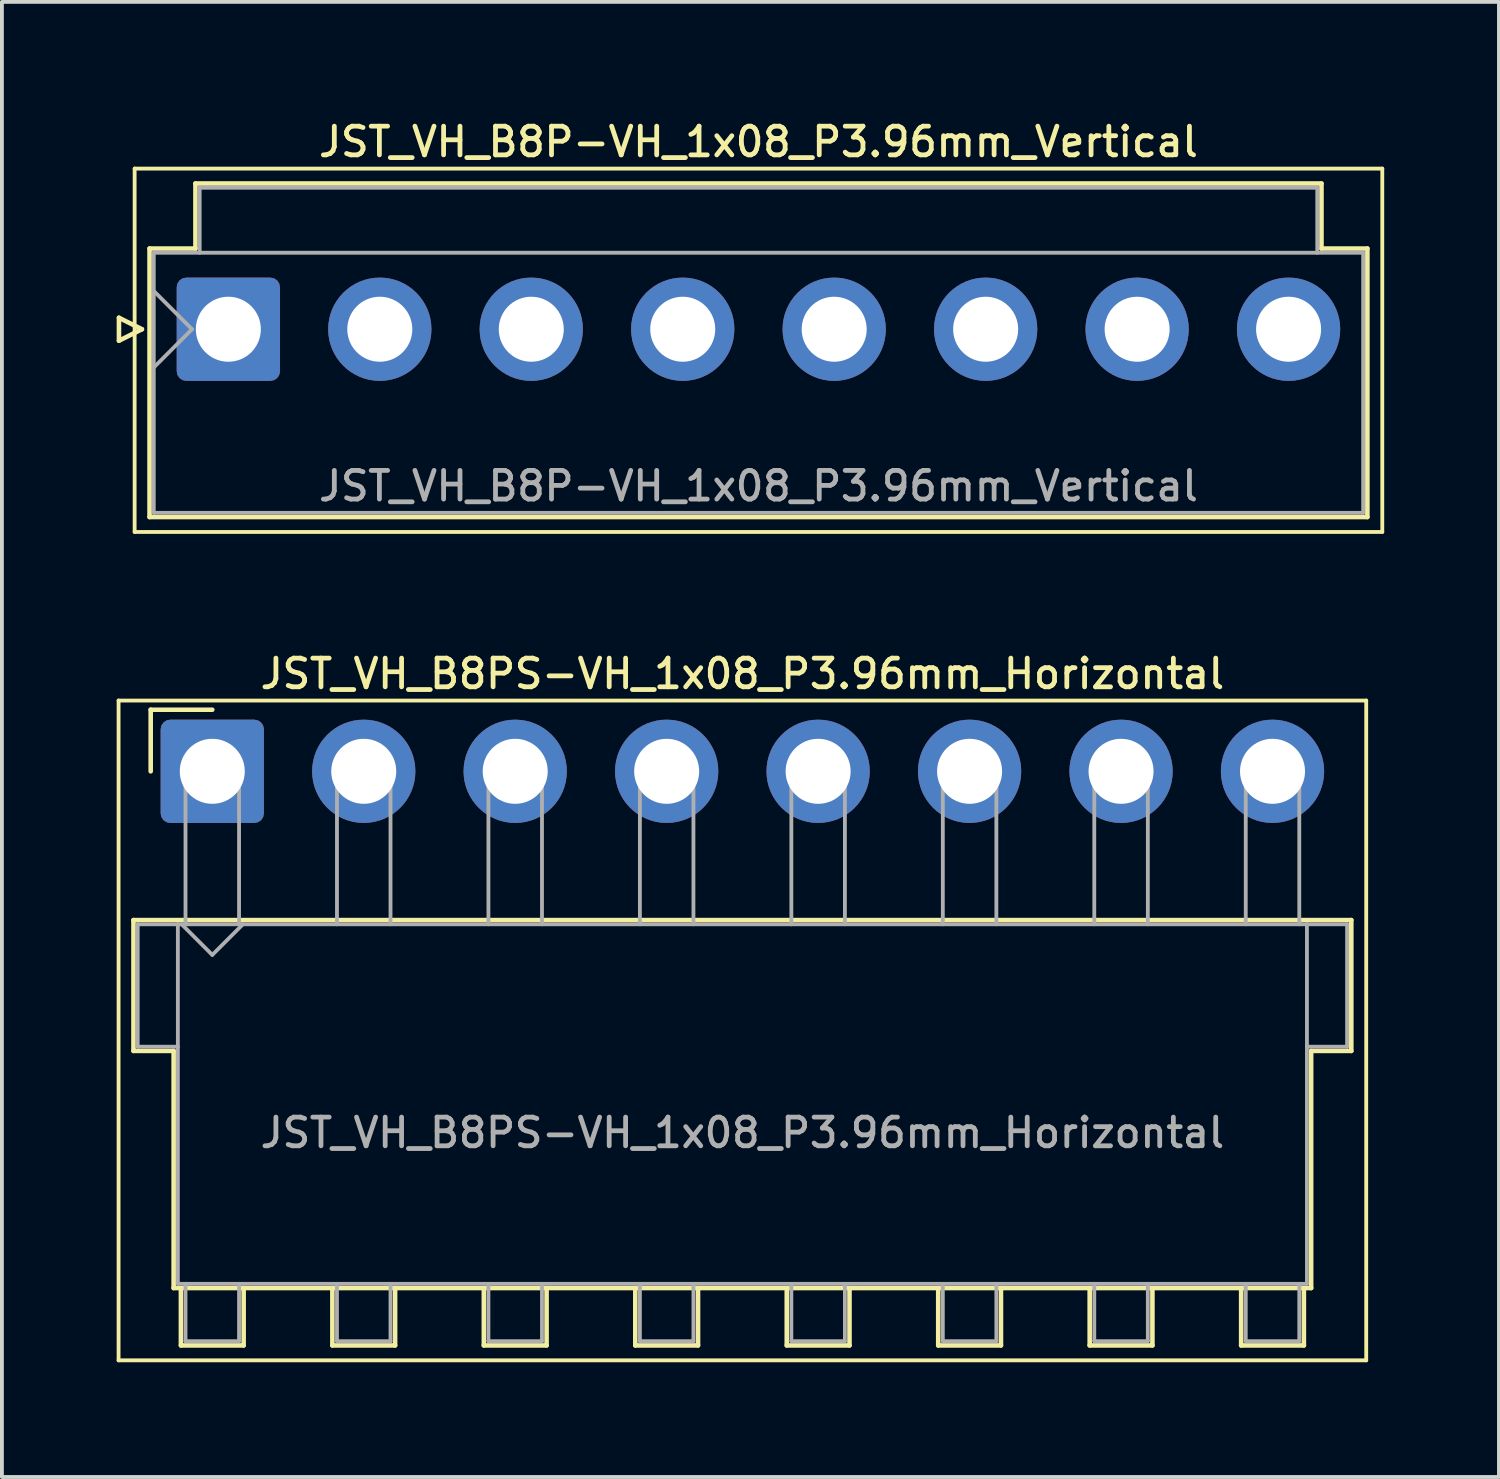
<source format=kicad_pcb>
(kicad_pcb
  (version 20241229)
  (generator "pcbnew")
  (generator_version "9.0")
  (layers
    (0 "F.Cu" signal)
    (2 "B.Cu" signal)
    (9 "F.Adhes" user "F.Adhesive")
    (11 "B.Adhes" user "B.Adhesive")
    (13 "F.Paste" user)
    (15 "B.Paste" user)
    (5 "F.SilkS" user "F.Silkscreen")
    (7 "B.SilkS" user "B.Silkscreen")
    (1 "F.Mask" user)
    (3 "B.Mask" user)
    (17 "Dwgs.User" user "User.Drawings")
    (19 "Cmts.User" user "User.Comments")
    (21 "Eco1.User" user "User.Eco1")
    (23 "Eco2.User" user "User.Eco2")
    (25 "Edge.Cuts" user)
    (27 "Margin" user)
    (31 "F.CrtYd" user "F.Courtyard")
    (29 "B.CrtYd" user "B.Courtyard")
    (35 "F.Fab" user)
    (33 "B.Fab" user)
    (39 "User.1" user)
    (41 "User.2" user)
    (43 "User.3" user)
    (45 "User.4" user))
  (footprint "JST_VH_B8PS-VH_1x08_P3.96mm_Horizontal"
    (layer "F.Cu")
    (at 2.5 17.116)
    (property "Reference" "JST_VH_B8PS-VH_1x08_P3.96mm_Horizontal" (at 13.86 -2.55 0) (layer "F.SilkS") (effects (font (size 0.75 0.75) (thickness 0.125))))
    (attr through_hole)
    (fp_line (start -2.45 -1.85) (end -2.45 15.4) (stroke (width 0.1) (type solid)) (layer "F.SilkS"))
    (fp_line (start -2.45 15.4) (end 30.17 15.4) (stroke (width 0.1) (type solid)) (layer "F.SilkS"))
    (fp_line (start -2.06 3.89) (end 29.78 3.89) (stroke (width 0.12) (type solid)) (layer "F.SilkS"))
    (fp_line (start -2.06 7.31) (end -2.06 3.89) (stroke (width 0.12) (type solid)) (layer "F.SilkS"))
    (fp_line (start -1.61 -1.61) (end -1.61 0) (stroke (width 0.12) (type solid)) (layer "F.SilkS"))
    (fp_line (start -1.01 7.31) (end -2.06 7.31) (stroke (width 0.12) (type solid)) (layer "F.SilkS"))
    (fp_line (start -1.01 13.51) (end -1.01 7.31) (stroke (width 0.12) (type solid)) (layer "F.SilkS"))
    (fp_line (start -0.82 13.51) (end -0.82 15.01) (stroke (width 0.12) (type solid)) (layer "F.SilkS"))
    (fp_line (start -0.82 15.01) (end 0.82 15.01) (stroke (width 0.12) (type solid)) (layer "F.SilkS"))
    (fp_line (start 0 -1.61) (end -1.61 -1.61) (stroke (width 0.12) (type solid)) (layer "F.SilkS"))
    (fp_line (start 0.82 15.01) (end 0.82 13.51) (stroke (width 0.12) (type solid)) (layer "F.SilkS"))
    (fp_line (start 3.14 13.51) (end 3.14 15.01) (stroke (width 0.12) (type solid)) (layer "F.SilkS"))
    (fp_line (start 3.14 15.01) (end 4.78 15.01) (stroke (width 0.12) (type solid)) (layer "F.SilkS"))
    (fp_line (start 4.78 15.01) (end 4.78 13.51) (stroke (width 0.12) (type solid)) (layer "F.SilkS"))
    (fp_line (start 7.1 13.51) (end 7.1 15.01) (stroke (width 0.12) (type solid)) (layer "F.SilkS"))
    (fp_line (start 7.1 15.01) (end 8.74 15.01) (stroke (width 0.12) (type solid)) (layer "F.SilkS"))
    (fp_line (start 8.74 15.01) (end 8.74 13.51) (stroke (width 0.12) (type solid)) (layer "F.SilkS"))
    (fp_line (start 11.06 13.51) (end 11.06 15.01) (stroke (width 0.12) (type solid)) (layer "F.SilkS"))
    (fp_line (start 11.06 15.01) (end 12.7 15.01) (stroke (width 0.12) (type solid)) (layer "F.SilkS"))
    (fp_line (start 12.7 15.01) (end 12.7 13.51) (stroke (width 0.12) (type solid)) (layer "F.SilkS"))
    (fp_line (start 15.02 13.51) (end 15.02 15.01) (stroke (width 0.12) (type solid)) (layer "F.SilkS"))
    (fp_line (start 15.02 15.01) (end 16.66 15.01) (stroke (width 0.12) (type solid)) (layer "F.SilkS"))
    (fp_line (start 16.66 15.01) (end 16.66 13.51) (stroke (width 0.12) (type solid)) (layer "F.SilkS"))
    (fp_line (start 18.98 13.51) (end 18.98 15.01) (stroke (width 0.12) (type solid)) (layer "F.SilkS"))
    (fp_line (start 18.98 15.01) (end 20.62 15.01) (stroke (width 0.12) (type solid)) (layer "F.SilkS"))
    (fp_line (start 20.62 15.01) (end 20.62 13.51) (stroke (width 0.12) (type solid)) (layer "F.SilkS"))
    (fp_line (start 22.94 13.51) (end 22.94 15.01) (stroke (width 0.12) (type solid)) (layer "F.SilkS"))
    (fp_line (start 22.94 15.01) (end 24.58 15.01) (stroke (width 0.12) (type solid)) (layer "F.SilkS"))
    (fp_line (start 24.58 15.01) (end 24.58 13.51) (stroke (width 0.12) (type solid)) (layer "F.SilkS"))
    (fp_line (start 26.9 13.51) (end 26.9 15.01) (stroke (width 0.12) (type solid)) (layer "F.SilkS"))
    (fp_line (start 26.9 15.01) (end 28.54 15.01) (stroke (width 0.12) (type solid)) (layer "F.SilkS"))
    (fp_line (start 28.54 15.01) (end 28.54 13.51) (stroke (width 0.12) (type solid)) (layer "F.SilkS"))
    (fp_line (start 28.73 7.31) (end 28.73 13.51) (stroke (width 0.12) (type solid)) (layer "F.SilkS"))
    (fp_line (start 28.73 13.51) (end -1.01 13.51) (stroke (width 0.12) (type solid)) (layer "F.SilkS"))
    (fp_line (start 29.78 3.89) (end 29.78 7.31) (stroke (width 0.12) (type solid)) (layer "F.SilkS"))
    (fp_line (start 29.78 7.31) (end 28.73 7.31) (stroke (width 0.12) (type solid)) (layer "F.SilkS"))
    (fp_line (start 30.17 -1.85) (end -2.45 -1.85) (stroke (width 0.1) (type solid)) (layer "F.SilkS"))
    (fp_line (start 30.17 15.4) (end 30.17 -1.85) (stroke (width 0.1) (type solid)) (layer "F.SilkS"))
    (fp_line (start -1.95 4) (end -0.9 4) (stroke (width 0.1) (type solid)) (layer "F.Fab"))
    (fp_line (start -1.95 7.2) (end -1.95 4) (stroke (width 0.1) (type solid)) (layer "F.Fab"))
    (fp_line (start -0.9 4) (end -0.9 13.4) (stroke (width 0.1) (type solid)) (layer "F.Fab"))
    (fp_line (start -0.9 7.2) (end -1.95 7.2) (stroke (width 0.1) (type solid)) (layer "F.Fab"))
    (fp_line (start -0.9 13.4) (end 28.62 13.4) (stroke (width 0.1) (type solid)) (layer "F.Fab"))
    (fp_line (start -0.8 4) (end 0 4.8) (stroke (width 0.1) (type solid)) (layer "F.Fab"))
    (fp_line (start -0.7 0) (end 0.7 0) (stroke (width 0.1) (type solid)) (layer "F.Fab"))
    (fp_line (start -0.7 4) (end -0.7 0) (stroke (width 0.1) (type solid)) (layer "F.Fab"))
    (fp_line (start -0.7 13.4) (end -0.7 14.9) (stroke (width 0.1) (type solid)) (layer "F.Fab"))
    (fp_line (start -0.7 14.9) (end 0.7 14.9) (stroke (width 0.1) (type solid)) (layer "F.Fab"))
    (fp_line (start 0 4.8) (end 0.8 4) (stroke (width 0.1) (type solid)) (layer "F.Fab"))
    (fp_line (start 0.7 0) (end 0.7 4) (stroke (width 0.1) (type solid)) (layer "F.Fab"))
    (fp_line (start 0.7 14.9) (end 0.7 13.4) (stroke (width 0.1) (type solid)) (layer "F.Fab"))
    (fp_line (start 3.26 0) (end 4.66 0) (stroke (width 0.1) (type solid)) (layer "F.Fab"))
    (fp_line (start 3.26 4) (end 3.26 0) (stroke (width 0.1) (type solid)) (layer "F.Fab"))
    (fp_line (start 3.26 13.4) (end 3.26 14.9) (stroke (width 0.1) (type solid)) (layer "F.Fab"))
    (fp_line (start 3.26 14.9) (end 4.66 14.9) (stroke (width 0.1) (type solid)) (layer "F.Fab"))
    (fp_line (start 4.66 0) (end 4.66 4) (stroke (width 0.1) (type solid)) (layer "F.Fab"))
    (fp_line (start 4.66 14.9) (end 4.66 13.4) (stroke (width 0.1) (type solid)) (layer "F.Fab"))
    (fp_line (start 7.22 0) (end 8.62 0) (stroke (width 0.1) (type solid)) (layer "F.Fab"))
    (fp_line (start 7.22 4) (end 7.22 0) (stroke (width 0.1) (type solid)) (layer "F.Fab"))
    (fp_line (start 7.22 13.4) (end 7.22 14.9) (stroke (width 0.1) (type solid)) (layer "F.Fab"))
    (fp_line (start 7.22 14.9) (end 8.62 14.9) (stroke (width 0.1) (type solid)) (layer "F.Fab"))
    (fp_line (start 8.62 0) (end 8.62 4) (stroke (width 0.1) (type solid)) (layer "F.Fab"))
    (fp_line (start 8.62 14.9) (end 8.62 13.4) (stroke (width 0.1) (type solid)) (layer "F.Fab"))
    (fp_line (start 11.18 0) (end 12.58 0) (stroke (width 0.1) (type solid)) (layer "F.Fab"))
    (fp_line (start 11.18 4) (end 11.18 0) (stroke (width 0.1) (type solid)) (layer "F.Fab"))
    (fp_line (start 11.18 13.4) (end 11.18 14.9) (stroke (width 0.1) (type solid)) (layer "F.Fab"))
    (fp_line (start 11.18 14.9) (end 12.58 14.9) (stroke (width 0.1) (type solid)) (layer "F.Fab"))
    (fp_line (start 12.58 0) (end 12.58 4) (stroke (width 0.1) (type solid)) (layer "F.Fab"))
    (fp_line (start 12.58 14.9) (end 12.58 13.4) (stroke (width 0.1) (type solid)) (layer "F.Fab"))
    (fp_line (start 15.14 0) (end 16.54 0) (stroke (width 0.1) (type solid)) (layer "F.Fab"))
    (fp_line (start 15.14 4) (end 15.14 0) (stroke (width 0.1) (type solid)) (layer "F.Fab"))
    (fp_line (start 15.14 13.4) (end 15.14 14.9) (stroke (width 0.1) (type solid)) (layer "F.Fab"))
    (fp_line (start 15.14 14.9) (end 16.54 14.9) (stroke (width 0.1) (type solid)) (layer "F.Fab"))
    (fp_line (start 16.54 0) (end 16.54 4) (stroke (width 0.1) (type solid)) (layer "F.Fab"))
    (fp_line (start 16.54 14.9) (end 16.54 13.4) (stroke (width 0.1) (type solid)) (layer "F.Fab"))
    (fp_line (start 19.1 0) (end 20.5 0) (stroke (width 0.1) (type solid)) (layer "F.Fab"))
    (fp_line (start 19.1 4) (end 19.1 0) (stroke (width 0.1) (type solid)) (layer "F.Fab"))
    (fp_line (start 19.1 13.4) (end 19.1 14.9) (stroke (width 0.1) (type solid)) (layer "F.Fab"))
    (fp_line (start 19.1 14.9) (end 20.5 14.9) (stroke (width 0.1) (type solid)) (layer "F.Fab"))
    (fp_line (start 20.5 0) (end 20.5 4) (stroke (width 0.1) (type solid)) (layer "F.Fab"))
    (fp_line (start 20.5 14.9) (end 20.5 13.4) (stroke (width 0.1) (type solid)) (layer "F.Fab"))
    (fp_line (start 23.06 0) (end 24.46 0) (stroke (width 0.1) (type solid)) (layer "F.Fab"))
    (fp_line (start 23.06 4) (end 23.06 0) (stroke (width 0.1) (type solid)) (layer "F.Fab"))
    (fp_line (start 23.06 13.4) (end 23.06 14.9) (stroke (width 0.1) (type solid)) (layer "F.Fab"))
    (fp_line (start 23.06 14.9) (end 24.46 14.9) (stroke (width 0.1) (type solid)) (layer "F.Fab"))
    (fp_line (start 24.46 0) (end 24.46 4) (stroke (width 0.1) (type solid)) (layer "F.Fab"))
    (fp_line (start 24.46 14.9) (end 24.46 13.4) (stroke (width 0.1) (type solid)) (layer "F.Fab"))
    (fp_line (start 27.02 0) (end 28.42 0) (stroke (width 0.1) (type solid)) (layer "F.Fab"))
    (fp_line (start 27.02 4) (end 27.02 0) (stroke (width 0.1) (type solid)) (layer "F.Fab"))
    (fp_line (start 27.02 13.4) (end 27.02 14.9) (stroke (width 0.1) (type solid)) (layer "F.Fab"))
    (fp_line (start 27.02 14.9) (end 28.42 14.9) (stroke (width 0.1) (type solid)) (layer "F.Fab"))
    (fp_line (start 28.42 0) (end 28.42 4) (stroke (width 0.1) (type solid)) (layer "F.Fab"))
    (fp_line (start 28.42 14.9) (end 28.42 13.4) (stroke (width 0.1) (type solid)) (layer "F.Fab"))
    (fp_line (start 28.62 4) (end -0.9 4) (stroke (width 0.1) (type solid)) (layer "F.Fab"))
    (fp_line (start 28.62 4) (end 29.67 4) (stroke (width 0.1) (type solid)) (layer "F.Fab"))
    (fp_line (start 28.62 13.4) (end 28.62 4) (stroke (width 0.1) (type solid)) (layer "F.Fab"))
    (fp_line (start 29.67 4) (end 29.67 7.2) (stroke (width 0.1) (type solid)) (layer "F.Fab"))
    (fp_line (start 29.67 7.2) (end 28.62 7.2) (stroke (width 0.1) (type solid)) (layer "F.Fab"))
    (fp_text user "${REFERENCE}" (at 13.86 9.45 0) (layer "F.Fab") (effects (font (size 0.75 0.75) (thickness 0.125))))
    (pad "1" thru_hole roundrect (at 0 0) (size 2.7 2.7) (drill 1.7) (layers "*.Cu" "*.Mask") (roundrect_rratio 0.093))
    (pad "2" thru_hole circle (at 3.96 0) (size 2.7 2.7) (drill 1.7) (layers "*.Cu" "*.Mask"))
    (pad "3" thru_hole circle (at 7.92 0) (size 2.7 2.7) (drill 1.7) (layers "*.Cu" "*.Mask"))
    (pad "4" thru_hole circle (at 11.88 0) (size 2.7 2.7) (drill 1.7) (layers "*.Cu" "*.Mask"))
    (pad "5" thru_hole circle (at 15.84 0) (size 2.7 2.7) (drill 1.7) (layers "*.Cu" "*.Mask"))
    (pad "6" thru_hole circle (at 19.8 0) (size 2.7 2.7) (drill 1.7) (layers "*.Cu" "*.Mask"))
    (pad "7" thru_hole circle (at 23.76 0) (size 2.7 2.7) (drill 1.7) (layers "*.Cu" "*.Mask"))
    (pad "8" thru_hole circle (at 27.72 0) (size 2.7 2.7) (drill 1.7) (layers "*.Cu" "*.Mask")))
  (footprint "JST_VH_B8P-VH_1x08_P3.96mm_Vertical"
    (layer "F.Cu")
    (at 2.92 5.558)
    (property "Reference" "JST_VH_B8P-VH_1x08_P3.96mm_Vertical" (at 13.86 -4.9 0) (layer "F.SilkS") (effects (font (size 0.75 0.75) (thickness 0.125))))
    (attr through_hole)
    (fp_line (start -2.86 -0.3) (end -2.26 0) (stroke (width 0.12) (type solid)) (layer "F.SilkS"))
    (fp_line (start -2.86 0.3) (end -2.86 -0.3) (stroke (width 0.12) (type solid)) (layer "F.SilkS"))
    (fp_line (start -2.45 -4.2) (end -2.45 5.3) (stroke (width 0.1) (type solid)) (layer "F.SilkS"))
    (fp_line (start -2.45 5.3) (end 30.17 5.3) (stroke (width 0.1) (type solid)) (layer "F.SilkS"))
    (fp_line (start -2.26 0) (end -2.86 0.3) (stroke (width 0.12) (type solid)) (layer "F.SilkS"))
    (fp_line (start -2.06 -2.11) (end -0.86 -2.11) (stroke (width 0.12) (type solid)) (layer "F.SilkS"))
    (fp_line (start -2.06 4.91) (end -2.06 -2.11) (stroke (width 0.12) (type solid)) (layer "F.SilkS"))
    (fp_line (start -0.86 -3.81) (end 28.58 -3.81) (stroke (width 0.12) (type solid)) (layer "F.SilkS"))
    (fp_line (start -0.86 -2.11) (end -0.86 -3.81) (stroke (width 0.12) (type solid)) (layer "F.SilkS"))
    (fp_line (start 28.58 -3.81) (end 28.58 -2.11) (stroke (width 0.12) (type solid)) (layer "F.SilkS"))
    (fp_line (start 28.58 -2.11) (end 29.78 -2.11) (stroke (width 0.12) (type solid)) (layer "F.SilkS"))
    (fp_line (start 29.78 -2.11) (end 29.78 4.91) (stroke (width 0.12) (type solid)) (layer "F.SilkS"))
    (fp_line (start 29.78 4.91) (end -2.06 4.91) (stroke (width 0.12) (type solid)) (layer "F.SilkS"))
    (fp_line (start 30.17 -4.2) (end -2.45 -4.2) (stroke (width 0.1) (type solid)) (layer "F.SilkS"))
    (fp_line (start 30.17 5.3) (end 30.17 -4.2) (stroke (width 0.1) (type solid)) (layer "F.SilkS"))
    (fp_line (start -1.95 -2) (end -1.95 4.8) (stroke (width 0.1) (type solid)) (layer "F.Fab"))
    (fp_line (start -1.95 -1) (end -0.95 0) (stroke (width 0.1) (type solid)) (layer "F.Fab"))
    (fp_line (start -1.95 1) (end -0.95 0) (stroke (width 0.1) (type solid)) (layer "F.Fab"))
    (fp_line (start -1.95 4.8) (end 29.67 4.8) (stroke (width 0.1) (type solid)) (layer "F.Fab"))
    (fp_line (start -0.75 -3.7) (end 28.47 -3.7) (stroke (width 0.1) (type solid)) (layer "F.Fab"))
    (fp_line (start -0.75 -2) (end -0.75 -3.7) (stroke (width 0.1) (type solid)) (layer "F.Fab"))
    (fp_line (start 28.47 -3.7) (end 28.47 -2) (stroke (width 0.1) (type solid)) (layer "F.Fab"))
    (fp_line (start 29.67 -2) (end -1.95 -2) (stroke (width 0.1) (type solid)) (layer "F.Fab"))
    (fp_line (start 29.67 4.8) (end 29.67 -2) (stroke (width 0.1) (type solid)) (layer "F.Fab"))
    (fp_text user "${REFERENCE}" (at 13.86 4.1 0) (layer "F.Fab") (effects (font (size 0.75 0.75) (thickness 0.125))))
    (pad "1" thru_hole roundrect (at 0 0) (size 2.7 2.7) (drill 1.7) (layers "*.Cu" "*.Mask") (roundrect_rratio 0.093))
    (pad "2" thru_hole circle (at 3.96 0) (size 2.7 2.7) (drill 1.7) (layers "*.Cu" "*.Mask"))
    (pad "3" thru_hole circle (at 7.92 0) (size 2.7 2.7) (drill 1.7) (layers "*.Cu" "*.Mask"))
    (pad "4" thru_hole circle (at 11.88 0) (size 2.7 2.7) (drill 1.7) (layers "*.Cu" "*.Mask"))
    (pad "5" thru_hole circle (at 15.84 0) (size 2.7 2.7) (drill 1.7) (layers "*.Cu" "*.Mask"))
    (pad "6" thru_hole circle (at 19.8 0) (size 2.7 2.7) (drill 1.7) (layers "*.Cu" "*.Mask"))
    (pad "7" thru_hole circle (at 23.76 0) (size 2.7 2.7) (drill 1.7) (layers "*.Cu" "*.Mask"))
    (pad "8" thru_hole circle (at 27.72 0) (size 2.7 2.7) (drill 1.7) (layers "*.Cu" "*.Mask")))
  (gr_rect
    (start -3 -3)
    (end 36.14 35.566)
    (stroke (width 0.1) (type default))
    (fill no)
    (layer "Edge.Cuts")))
</source>
